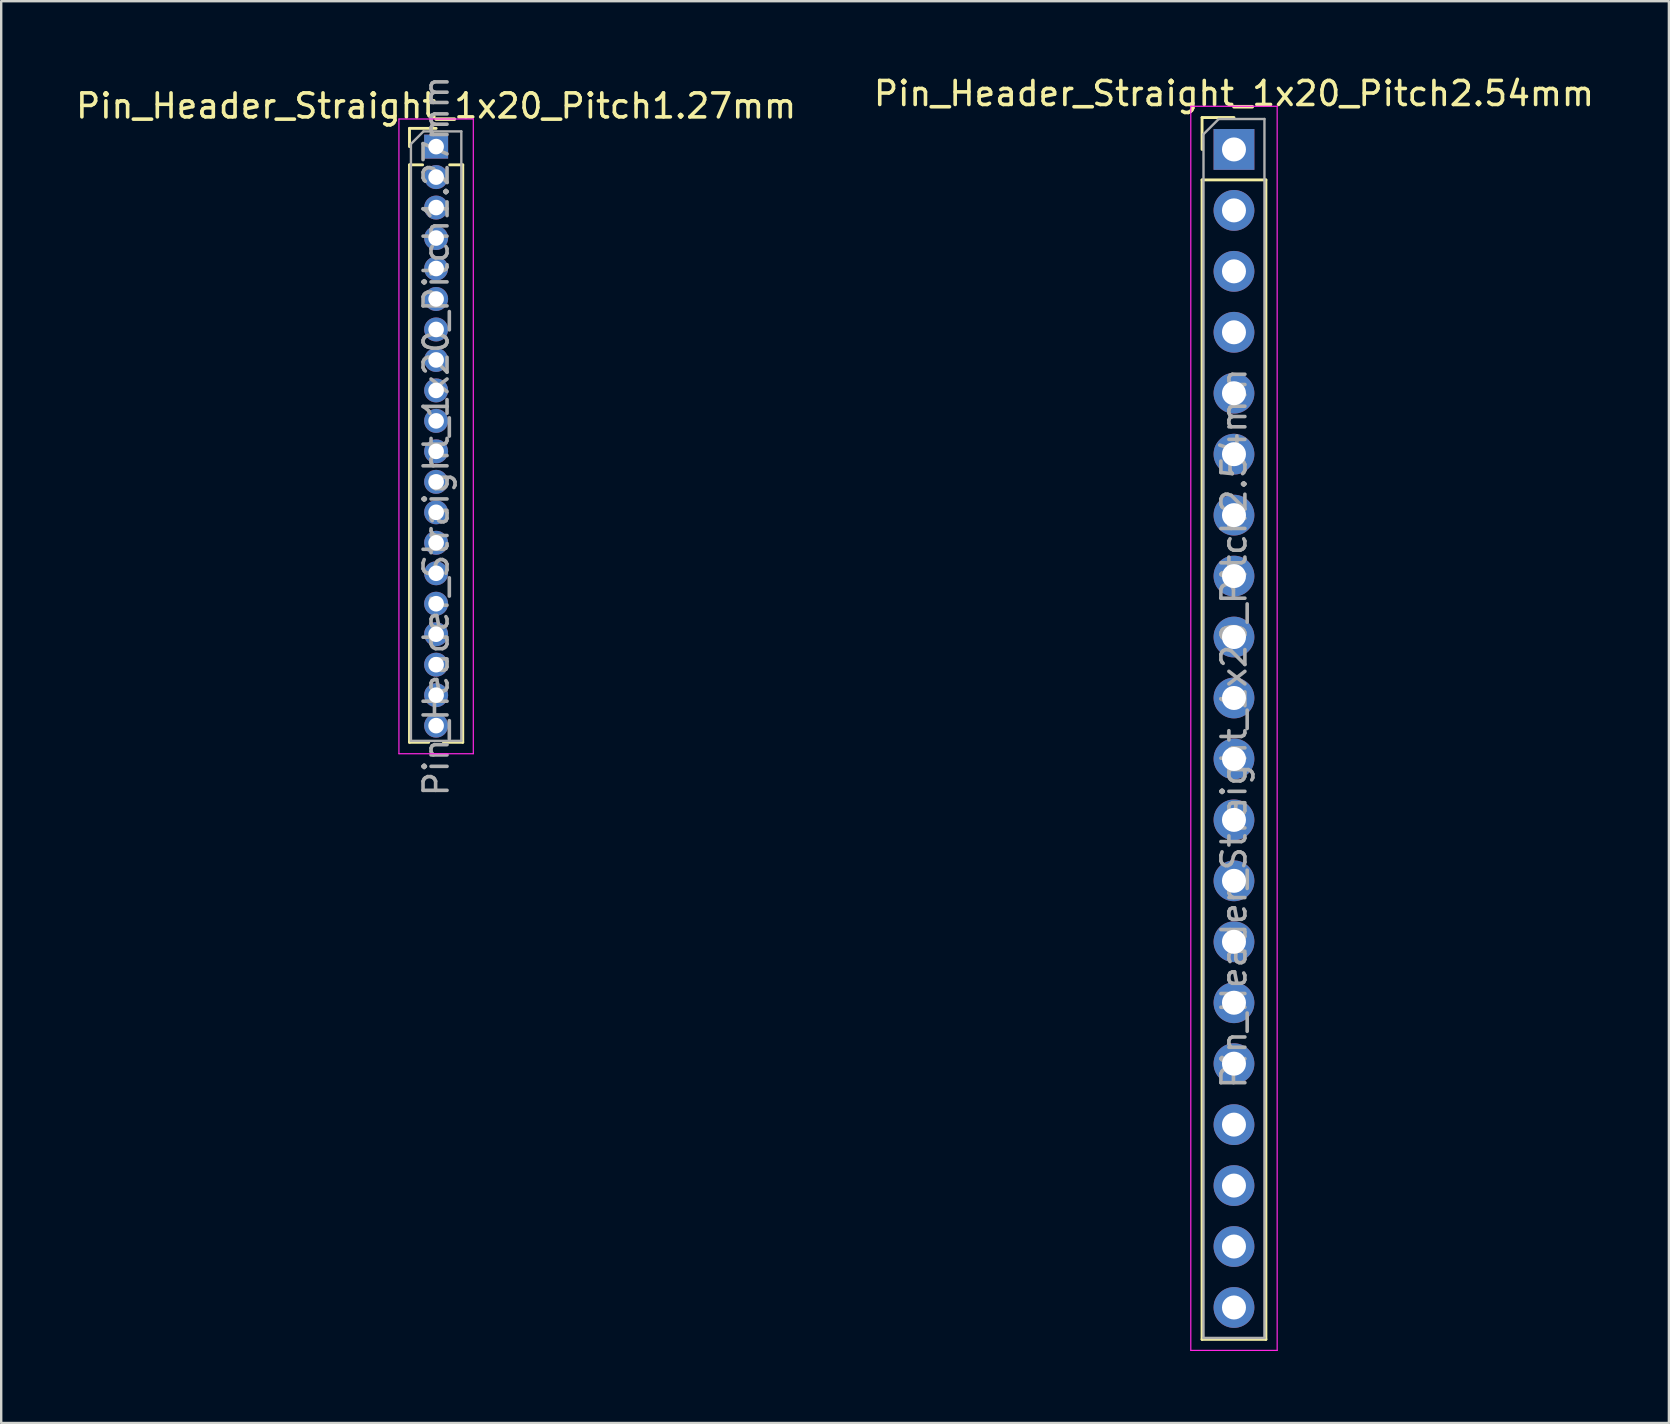
<source format=kicad_pcb>
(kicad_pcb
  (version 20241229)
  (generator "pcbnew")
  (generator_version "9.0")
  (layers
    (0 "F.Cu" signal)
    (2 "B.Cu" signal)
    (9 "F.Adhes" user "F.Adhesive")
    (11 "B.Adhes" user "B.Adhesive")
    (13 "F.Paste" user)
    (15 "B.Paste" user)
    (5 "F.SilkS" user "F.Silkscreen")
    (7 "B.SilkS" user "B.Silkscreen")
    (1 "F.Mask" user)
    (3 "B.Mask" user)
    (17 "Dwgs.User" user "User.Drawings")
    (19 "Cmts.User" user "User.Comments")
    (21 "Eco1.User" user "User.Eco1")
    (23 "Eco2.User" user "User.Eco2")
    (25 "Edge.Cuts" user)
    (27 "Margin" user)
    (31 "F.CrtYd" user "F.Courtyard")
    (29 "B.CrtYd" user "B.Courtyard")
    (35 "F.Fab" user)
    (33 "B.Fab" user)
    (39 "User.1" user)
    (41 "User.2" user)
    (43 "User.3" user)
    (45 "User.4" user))
  (footprint "Pin_Header_Straight_1x20_Pitch1.27mm"
    (layer "F.Cu")
    (at 15.125 3.06)
    (property "Reference" "Pin_Header_Straight_1x20_Pitch1.27mm" (at 0 -1.695 0) (layer "F.SilkS") (effects (font (size 1 1) (thickness 0.15))))
    (attr through_hole)
    (fp_line (start -1.11 -0.76) (end 0 -0.76) (stroke (width 0.12) (type solid)) (layer "F.SilkS"))
    (fp_line (start -1.11 0) (end -1.11 -0.76) (stroke (width 0.12) (type solid)) (layer "F.SilkS"))
    (fp_line (start -1.11 0.76) (end -1.11 24.825) (stroke (width 0.12) (type solid)) (layer "F.SilkS"))
    (fp_line (start -1.11 0.76) (end -0.563 0.76) (stroke (width 0.12) (type solid)) (layer "F.SilkS"))
    (fp_line (start -1.11 24.825) (end -0.308 24.825) (stroke (width 0.12) (type solid)) (layer "F.SilkS"))
    (fp_line (start 0.308 24.825) (end 1.11 24.825) (stroke (width 0.12) (type solid)) (layer "F.SilkS"))
    (fp_line (start 0.563 0.76) (end 1.11 0.76) (stroke (width 0.12) (type solid)) (layer "F.SilkS"))
    (fp_line (start 1.11 0.76) (end 1.11 24.825) (stroke (width 0.12) (type solid)) (layer "F.SilkS"))
    (fp_line (start -1.55 -1.15) (end -1.55 25.3) (stroke (width 0.05) (type solid)) (layer "F.CrtYd"))
    (fp_line (start -1.55 25.3) (end 1.55 25.3) (stroke (width 0.05) (type solid)) (layer "F.CrtYd"))
    (fp_line (start 1.55 -1.15) (end -1.55 -1.15) (stroke (width 0.05) (type solid)) (layer "F.CrtYd"))
    (fp_line (start 1.55 25.3) (end 1.55 -1.15) (stroke (width 0.05) (type solid)) (layer "F.CrtYd"))
    (fp_line (start -1.05 -0.11) (end -0.525 -0.635) (stroke (width 0.1) (type solid)) (layer "F.Fab"))
    (fp_line (start -1.05 24.765) (end -1.05 -0.11) (stroke (width 0.1) (type solid)) (layer "F.Fab"))
    (fp_line (start -0.525 -0.635) (end 1.05 -0.635) (stroke (width 0.1) (type solid)) (layer "F.Fab"))
    (fp_line (start 1.05 -0.635) (end 1.05 24.765) (stroke (width 0.1) (type solid)) (layer "F.Fab"))
    (fp_line (start 1.05 24.765) (end -1.05 24.765) (stroke (width 0.1) (type solid)) (layer "F.Fab"))
    (fp_text user "${REFERENCE}" (at 0 12.065 90) (layer "F.Fab") (effects (font (size 1 1) (thickness 0.15))))
    (pad "1" thru_hole rect (at 0 0) (size 1 1) (drill 0.65) (layers "*.Cu" "*.Mask"))
    (pad "2" thru_hole oval (at 0 1.27) (size 1 1) (drill 0.65) (layers "*.Cu" "*.Mask"))
    (pad "3" thru_hole oval (at 0 2.54) (size 1 1) (drill 0.65) (layers "*.Cu" "*.Mask"))
    (pad "4" thru_hole oval (at 0 3.81) (size 1 1) (drill 0.65) (layers "*.Cu" "*.Mask"))
    (pad "5" thru_hole oval (at 0 5.08) (size 1 1) (drill 0.65) (layers "*.Cu" "*.Mask"))
    (pad "6" thru_hole oval (at 0 6.35) (size 1 1) (drill 0.65) (layers "*.Cu" "*.Mask"))
    (pad "7" thru_hole oval (at 0 7.62) (size 1 1) (drill 0.65) (layers "*.Cu" "*.Mask"))
    (pad "8" thru_hole oval (at 0 8.89) (size 1 1) (drill 0.65) (layers "*.Cu" "*.Mask"))
    (pad "9" thru_hole oval (at 0 10.16) (size 1 1) (drill 0.65) (layers "*.Cu" "*.Mask"))
    (pad "10" thru_hole oval (at 0 11.43) (size 1 1) (drill 0.65) (layers "*.Cu" "*.Mask"))
    (pad "11" thru_hole oval (at 0 12.7) (size 1 1) (drill 0.65) (layers "*.Cu" "*.Mask"))
    (pad "12" thru_hole oval (at 0 13.97) (size 1 1) (drill 0.65) (layers "*.Cu" "*.Mask"))
    (pad "13" thru_hole oval (at 0 15.24) (size 1 1) (drill 0.65) (layers "*.Cu" "*.Mask"))
    (pad "14" thru_hole oval (at 0 16.51) (size 1 1) (drill 0.65) (layers "*.Cu" "*.Mask"))
    (pad "15" thru_hole oval (at 0 17.78) (size 1 1) (drill 0.65) (layers "*.Cu" "*.Mask"))
    (pad "16" thru_hole oval (at 0 19.05) (size 1 1) (drill 0.65) (layers "*.Cu" "*.Mask"))
    (pad "17" thru_hole oval (at 0 20.32) (size 1 1) (drill 0.65) (layers "*.Cu" "*.Mask"))
    (pad "18" thru_hole oval (at 0 21.59) (size 1 1) (drill 0.65) (layers "*.Cu" "*.Mask"))
    (pad "19" thru_hole oval (at 0 22.86) (size 1 1) (drill 0.65) (layers "*.Cu" "*.Mask"))
    (pad "20" thru_hole oval (at 0 24.13) (size 1 1) (drill 0.65) (layers "*.Cu" "*.Mask")))
  (footprint "Pin_Header_Straight_1x20_Pitch2.54mm"
    (layer "F.Cu")
    (at 48.375 3.178)
    (property "Reference" "Pin_Header_Straight_1x20_Pitch2.54mm" (at 0 -2.33 0) (layer "F.SilkS") (effects (font (size 1 1) (thickness 0.15))))
    (attr through_hole)
    (fp_line (start -1.33 -1.33) (end 0 -1.33) (stroke (width 0.12) (type solid)) (layer "F.SilkS"))
    (fp_line (start -1.33 0) (end -1.33 -1.33) (stroke (width 0.12) (type solid)) (layer "F.SilkS"))
    (fp_line (start -1.33 1.27) (end -1.33 49.59) (stroke (width 0.12) (type solid)) (layer "F.SilkS"))
    (fp_line (start -1.33 1.27) (end 1.33 1.27) (stroke (width 0.12) (type solid)) (layer "F.SilkS"))
    (fp_line (start -1.33 49.59) (end 1.33 49.59) (stroke (width 0.12) (type solid)) (layer "F.SilkS"))
    (fp_line (start 1.33 1.27) (end 1.33 49.59) (stroke (width 0.12) (type solid)) (layer "F.SilkS"))
    (fp_line (start -1.8 -1.8) (end -1.8 50.05) (stroke (width 0.05) (type solid)) (layer "F.CrtYd"))
    (fp_line (start -1.8 50.05) (end 1.8 50.05) (stroke (width 0.05) (type solid)) (layer "F.CrtYd"))
    (fp_line (start 1.8 -1.8) (end -1.8 -1.8) (stroke (width 0.05) (type solid)) (layer "F.CrtYd"))
    (fp_line (start 1.8 50.05) (end 1.8 -1.8) (stroke (width 0.05) (type solid)) (layer "F.CrtYd"))
    (fp_line (start -1.27 -0.635) (end -0.635 -1.27) (stroke (width 0.1) (type solid)) (layer "F.Fab"))
    (fp_line (start -1.27 49.53) (end -1.27 -0.635) (stroke (width 0.1) (type solid)) (layer "F.Fab"))
    (fp_line (start -0.635 -1.27) (end 1.27 -1.27) (stroke (width 0.1) (type solid)) (layer "F.Fab"))
    (fp_line (start 1.27 -1.27) (end 1.27 49.53) (stroke (width 0.1) (type solid)) (layer "F.Fab"))
    (fp_line (start 1.27 49.53) (end -1.27 49.53) (stroke (width 0.1) (type solid)) (layer "F.Fab"))
    (fp_text user "${REFERENCE}" (at 0 24.13 90) (layer "F.Fab") (effects (font (size 1 1) (thickness 0.15))))
    (pad "1" thru_hole rect (at 0 0) (size 1.7 1.7) (drill 1) (layers "*.Cu" "*.Mask"))
    (pad "2" thru_hole oval (at 0 2.54) (size 1.7 1.7) (drill 1) (layers "*.Cu" "*.Mask"))
    (pad "3" thru_hole oval (at 0 5.08) (size 1.7 1.7) (drill 1) (layers "*.Cu" "*.Mask"))
    (pad "4" thru_hole oval (at 0 7.62) (size 1.7 1.7) (drill 1) (layers "*.Cu" "*.Mask"))
    (pad "5" thru_hole oval (at 0 10.16) (size 1.7 1.7) (drill 1) (layers "*.Cu" "*.Mask"))
    (pad "6" thru_hole oval (at 0 12.7) (size 1.7 1.7) (drill 1) (layers "*.Cu" "*.Mask"))
    (pad "7" thru_hole oval (at 0 15.24) (size 1.7 1.7) (drill 1) (layers "*.Cu" "*.Mask"))
    (pad "8" thru_hole oval (at 0 17.78) (size 1.7 1.7) (drill 1) (layers "*.Cu" "*.Mask"))
    (pad "9" thru_hole oval (at 0 20.32) (size 1.7 1.7) (drill 1) (layers "*.Cu" "*.Mask"))
    (pad "10" thru_hole oval (at 0 22.86) (size 1.7 1.7) (drill 1) (layers "*.Cu" "*.Mask"))
    (pad "11" thru_hole oval (at 0 25.4) (size 1.7 1.7) (drill 1) (layers "*.Cu" "*.Mask"))
    (pad "12" thru_hole oval (at 0 27.94) (size 1.7 1.7) (drill 1) (layers "*.Cu" "*.Mask"))
    (pad "13" thru_hole oval (at 0 30.48) (size 1.7 1.7) (drill 1) (layers "*.Cu" "*.Mask"))
    (pad "14" thru_hole oval (at 0 33.02) (size 1.7 1.7) (drill 1) (layers "*.Cu" "*.Mask"))
    (pad "15" thru_hole oval (at 0 35.56) (size 1.7 1.7) (drill 1) (layers "*.Cu" "*.Mask"))
    (pad "16" thru_hole oval (at 0 38.1) (size 1.7 1.7) (drill 1) (layers "*.Cu" "*.Mask"))
    (pad "17" thru_hole oval (at 0 40.64) (size 1.7 1.7) (drill 1) (layers "*.Cu" "*.Mask"))
    (pad "18" thru_hole oval (at 0 43.18) (size 1.7 1.7) (drill 1) (layers "*.Cu" "*.Mask"))
    (pad "19" thru_hole oval (at 0 45.72) (size 1.7 1.7) (drill 1) (layers "*.Cu" "*.Mask"))
    (pad "20" thru_hole oval (at 0 48.26) (size 1.7 1.7) (drill 1) (layers "*.Cu" "*.Mask")))
  (gr_rect
    (start -3 -3)
    (end 66.5 56.253)
    (stroke (width 0.1) (type default))
    (fill no)
    (layer "Edge.Cuts")))
</source>
